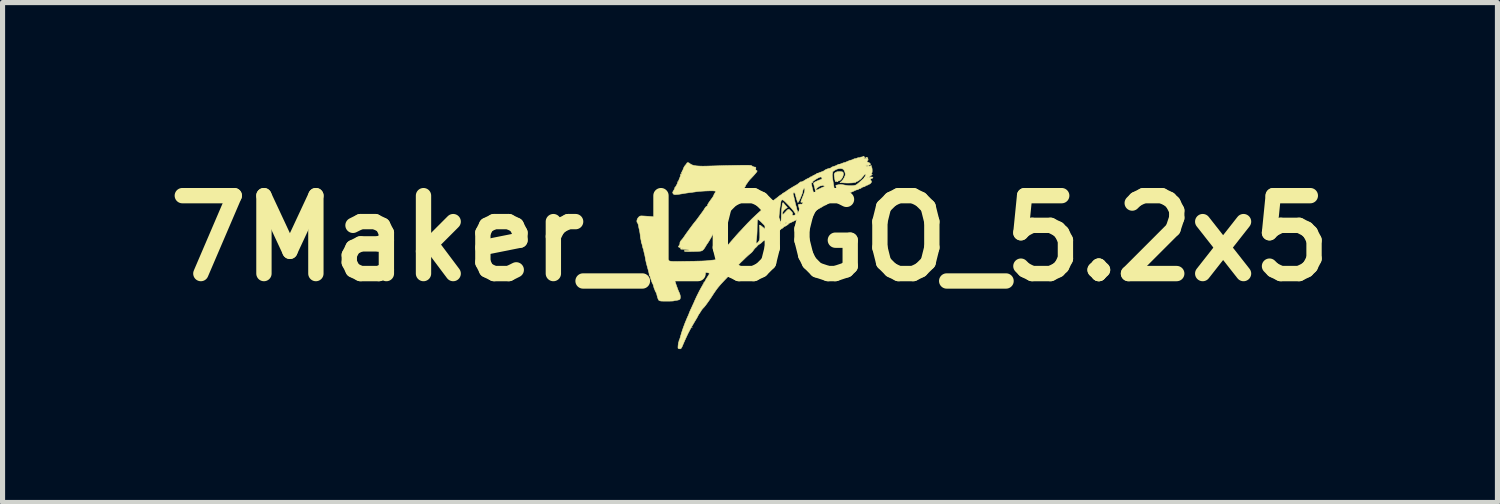
<source format=kicad_pcb>
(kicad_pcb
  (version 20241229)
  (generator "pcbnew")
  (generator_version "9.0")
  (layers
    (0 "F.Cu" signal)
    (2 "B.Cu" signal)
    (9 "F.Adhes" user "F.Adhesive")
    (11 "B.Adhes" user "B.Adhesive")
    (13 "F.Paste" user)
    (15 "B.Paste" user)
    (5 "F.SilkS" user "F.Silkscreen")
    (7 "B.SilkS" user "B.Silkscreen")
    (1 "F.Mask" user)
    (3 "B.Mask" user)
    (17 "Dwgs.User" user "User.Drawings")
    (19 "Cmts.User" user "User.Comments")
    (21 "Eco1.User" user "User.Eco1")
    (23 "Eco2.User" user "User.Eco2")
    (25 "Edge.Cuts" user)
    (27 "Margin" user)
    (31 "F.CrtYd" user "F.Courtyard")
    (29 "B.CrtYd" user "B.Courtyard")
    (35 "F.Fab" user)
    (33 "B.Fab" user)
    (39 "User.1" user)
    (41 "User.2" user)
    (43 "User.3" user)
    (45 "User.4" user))
  (footprint "7Maker_LOGO_5.2x5"
    (layer "F.Cu")
    (at 11.619 1.611)
    (property "Reference" "7Maker_LOGO_5.2x5" (at 0 0 0) (layer "F.SilkS") (effects (font (size 1.524 1.524) (thickness 0.3))))
    (attr through_hole)
    (fp_poly (pts (xy -1.417 -1.102) (xy -1.422 -1.098) (xy -1.426 -1.102) (xy -1.422 -1.106) (xy -1.417 -1.102)) (stroke (width 0.01) (type solid)) (fill yes) (layer "F.SilkS"))
    (fp_poly (pts (xy -1.131 1.749) (xy -1.135 1.753) (xy -1.139 1.749) (xy -1.135 1.745) (xy -1.131 1.749)) (stroke (width 0.01) (type solid)) (fill yes) (layer "F.SilkS"))
    (fp_poly (pts (xy -0.952 0.674) (xy -0.95 0.677) (xy -0.962 0.678) (xy -0.971 0.678) (xy -0.987 0.677) (xy -0.989 0.675) (xy -0.985 0.674) (xy -0.964 0.673) (xy -0.952 0.674)) (stroke (width 0.01) (type solid)) (fill yes) (layer "F.SilkS"))
    (fp_poly (pts (xy 1.781 -1.304) (xy 1.802 -1.3) (xy 1.814 -1.296) (xy 1.825 -1.277) (xy 1.826 -1.25) (xy 1.819 -1.219) (xy 1.805 -1.187) (xy 1.786 -1.158) (xy 1.764 -1.136) (xy 1.741 -1.124) (xy 1.731 -1.123) (xy 1.718 -1.12) (xy 1.717 -1.114) (xy 1.716 -1.107) (xy 1.713 -1.106) (xy 1.705 -1.113) (xy 1.704 -1.116) (xy 1.702 -1.122) (xy 1.694 -1.116) (xy 1.683 -1.107) (xy 1.673 -1.109) (xy 1.666 -1.123) (xy 1.659 -1.15) (xy 1.654 -1.182) (xy 1.648 -1.219) (xy 1.646 -1.243) (xy 1.647 -1.258) (xy 1.651 -1.266) (xy 1.653 -1.267) (xy 1.662 -1.28) (xy 1.663 -1.285) (xy 1.669 -1.29) (xy 1.677 -1.289) (xy 1.686 -1.288) (xy 1.686 -1.291) (xy 1.689 -1.297) (xy 1.705 -1.302) (xy 1.728 -1.304) (xy 1.755 -1.305) (xy 1.781 -1.304)) (stroke (width 0.01) (type solid)) (fill yes) (layer "F.SilkS"))
    (fp_poly (pts (xy -1.197 -1.476) (xy -1.185 -1.468) (xy -1.161 -1.45) (xy -1.131 -1.435) (xy -1.095 -1.424) (xy -1.05 -1.417) (xy -0.994 -1.413) (xy -0.926 -1.411) (xy -0.845 -1.412) (xy -0.828 -1.413) (xy -0.713 -1.416) (xy -0.612 -1.419) (xy -0.524 -1.422) (xy -0.447 -1.424) (xy -0.378 -1.425) (xy -0.317 -1.427) (xy -0.26 -1.427) (xy -0.207 -1.428) (xy -0.155 -1.429) (xy -0.147 -1.429) (xy -0.091 -1.429) (xy -0.048 -1.429) (xy -0.017 -1.428) (xy 0.005 -1.427) (xy 0.02 -1.424) (xy 0.031 -1.42) (xy 0.039 -1.415) (xy 0.044 -1.411) (xy 0.067 -1.399) (xy 0.091 -1.393) (xy 0.092 -1.393) (xy 0.108 -1.392) (xy 0.114 -1.385) (xy 0.113 -1.367) (xy 0.113 -1.363) (xy 0.112 -1.342) (xy 0.118 -1.332) (xy 0.124 -1.329) (xy 0.137 -1.321) (xy 0.139 -1.315) (xy 0.134 -1.304) (xy 0.12 -1.285) (xy 0.098 -1.259) (xy 0.073 -1.23) (xy 0.045 -1.2) (xy 0.018 -1.171) (xy 0.011 -1.164) (xy -0.012 -1.139) (xy -0.035 -1.11) (xy -0.04 -1.103) (xy -0.054 -1.081) (xy -0.067 -1.064) (xy -0.071 -1.059) (xy -0.081 -1.043) (xy -0.087 -1.03) (xy -0.093 -1.014) (xy -0.098 -1.008) (xy -0.105 -0.999) (xy -0.115 -0.979) (xy -0.127 -0.956) (xy -0.146 -0.922) (xy -0.171 -0.888) (xy -0.186 -0.871) (xy -0.21 -0.842) (xy -0.233 -0.807) (xy -0.247 -0.781) (xy -0.26 -0.755) (xy -0.272 -0.737) (xy -0.279 -0.729) (xy -0.279 -0.729) (xy -0.285 -0.722) (xy -0.287 -0.713) (xy -0.292 -0.694) (xy -0.297 -0.687) (xy -0.306 -0.675) (xy -0.321 -0.654) (xy -0.339 -0.626) (xy -0.344 -0.619) (xy -0.361 -0.592) (xy -0.376 -0.57) (xy -0.384 -0.558) (xy -0.385 -0.557) (xy -0.393 -0.549) (xy -0.407 -0.53) (xy -0.428 -0.503) (xy -0.452 -0.47) (xy -0.479 -0.435) (xy -0.505 -0.4) (xy -0.529 -0.367) (xy -0.55 -0.338) (xy -0.554 -0.332) (xy -0.572 -0.308) (xy -0.594 -0.278) (xy -0.615 -0.25) (xy -0.663 -0.183) (xy -0.705 -0.117) (xy -0.748 -0.042) (xy -0.749 -0.038) (xy -0.771 0.000139) (xy -0.794 0.04) (xy -0.816 0.075) (xy -0.822 0.085) (xy -0.844 0.116) (xy -0.865 0.15) (xy -0.879 0.174) (xy -0.903 0.21) (xy -0.926 0.234) (xy -0.95 0.246) (xy -0.961 0.249) (xy -0.983 0.252) (xy -1.016 0.254) (xy -1.056 0.256) (xy -1.101 0.257) (xy -1.146 0.258) (xy -1.19 0.259) (xy -1.228 0.258) (xy -1.257 0.257) (xy -1.275 0.255) (xy -1.278 0.254) (xy -1.286 0.245) (xy -1.279 0.239) (xy -1.255 0.236) (xy -1.227 0.236) (xy -1.2 0.236) (xy -1.188 0.235) (xy -1.189 0.232) (xy -1.196 0.228) (xy -1.217 0.223) (xy -1.249 0.218) (xy -1.287 0.214) (xy -1.325 0.213) (xy -1.338 0.213) (xy -1.354 0.211) (xy -1.358 0.204) (xy -1.356 0.197) (xy -1.355 0.191) (xy -1.325 0.191) (xy -1.323 0.196) (xy -1.319 0.197) (xy -1.312 0.194) (xy -1.314 0.191) (xy -1.323 0.19) (xy -1.325 0.191) (xy -1.355 0.191) (xy -1.354 0.184) (xy -1.357 0.182) (xy -1.371 0.181) (xy -1.387 0.175) (xy -1.399 0.168) (xy -1.401 0.164) (xy -1.396 0.154) (xy -1.385 0.138) (xy -1.384 0.136) (xy -1.373 0.118) (xy -1.371 0.103) (xy -1.372 0.102) (xy -1.371 0.084) (xy -1.362 0.062) (xy -1.347 0.041) (xy -1.339 0.033) (xy -1.328 0.02) (xy -1.311 -0.001) (xy -1.293 -0.027) (xy -1.292 -0.028) (xy -1.27 -0.06) (xy -1.243 -0.099) (xy -1.211 -0.143) (xy -1.179 -0.187) (xy -1.147 -0.23) (xy -1.118 -0.269) (xy -1.095 -0.299) (xy -1.082 -0.315) (xy -1.062 -0.339) (xy -1.045 -0.361) (xy -1.039 -0.369) (xy -1.028 -0.383) (xy -1.011 -0.407) (xy -0.988 -0.438) (xy -0.963 -0.473) (xy -0.958 -0.479) (xy -0.933 -0.513) (xy -0.912 -0.543) (xy -0.896 -0.567) (xy -0.888 -0.58) (xy -0.887 -0.582) (xy -0.877 -0.599) (xy -0.861 -0.617) (xy -0.846 -0.629) (xy -0.839 -0.631) (xy -0.832 -0.637) (xy -0.832 -0.642) (xy -0.831 -0.653) (xy -0.821 -0.674) (xy -0.802 -0.704) (xy -0.773 -0.745) (xy -0.747 -0.78) (xy -0.73 -0.804) (xy -0.718 -0.823) (xy -0.713 -0.833) (xy -0.713 -0.833) (xy -0.709 -0.846) (xy -0.699 -0.866) (xy -0.686 -0.888) (xy -0.675 -0.905) (xy -0.669 -0.911) (xy -0.666 -0.918) (xy -0.677 -0.923) (xy -0.7 -0.927) (xy -0.734 -0.929) (xy -0.776 -0.929) (xy -0.787 -0.929) (xy -0.871 -0.926) (xy -0.94 -0.922) (xy -0.992 -0.919) (xy -1.028 -0.915) (xy -1.045 -0.913) (xy -1.072 -0.908) (xy -1.094 -0.905) (xy -1.113 -0.903) (xy -1.123 -0.901) (xy -1.133 -0.9) (xy -1.152 -0.897) (xy -1.156 -0.897) (xy -1.175 -0.895) (xy -1.196 -0.892) (xy -1.223 -0.888) (xy -1.259 -0.883) (xy -1.305 -0.875) (xy -1.348 -0.868) (xy -1.4 -0.86) (xy -1.439 -0.856) (xy -1.466 -0.855) (xy -1.485 -0.858) (xy -1.497 -0.865) (xy -1.506 -0.876) (xy -1.506 -0.877) (xy -1.512 -0.89) (xy -1.512 -0.902) (xy -1.504 -0.918) (xy -1.492 -0.938) (xy -1.479 -0.962) (xy -1.471 -0.981) (xy -1.47 -0.99) (xy -1.471 -0.997) (xy -1.468 -0.996) (xy -1.461 -1.001) (xy -1.45 -1.018) (xy -1.435 -1.044) (xy -1.419 -1.077) (xy -1.403 -1.114) (xy -1.387 -1.152) (xy -1.373 -1.187) (xy -1.362 -1.217) (xy -1.357 -1.239) (xy -1.356 -1.248) (xy -1.358 -1.259) (xy -1.354 -1.255) (xy -1.353 -1.255) (xy -1.346 -1.249) (xy -1.341 -1.258) (xy -1.34 -1.261) (xy -1.338 -1.279) (xy -1.34 -1.288) (xy -1.341 -1.293) (xy -1.336 -1.29) (xy -1.328 -1.289) (xy -1.329 -1.301) (xy -1.329 -1.302) (xy -1.33 -1.313) (xy -1.327 -1.315) (xy -1.321 -1.32) (xy -1.313 -1.336) (xy -1.306 -1.357) (xy -1.292 -1.39) (xy -1.273 -1.42) (xy -1.264 -1.431) (xy -1.248 -1.449) (xy -1.239 -1.463) (xy -1.237 -1.467) (xy -1.231 -1.477) (xy -1.215 -1.48) (xy -1.197 -1.476)) (stroke (width 0.01) (type solid)) (fill yes) (layer "F.SilkS"))
    (fp_poly (pts (xy 2.231 -1.598) (xy 2.237 -1.589) (xy 2.242 -1.577) (xy 2.238 -1.576) (xy 2.227 -1.576) (xy 2.225 -1.574) (xy 2.227 -1.567) (xy 2.24 -1.562) (xy 2.257 -1.56) (xy 2.273 -1.561) (xy 2.281 -1.565) (xy 2.285 -1.572) (xy 2.276 -1.571) (xy 2.276 -1.571) (xy 2.264 -1.57) (xy 2.261 -1.573) (xy 2.268 -1.58) (xy 2.282 -1.581) (xy 2.297 -1.577) (xy 2.305 -1.57) (xy 2.304 -1.557) (xy 2.3 -1.554) (xy 2.295 -1.55) (xy 2.3 -1.549) (xy 2.309 -1.543) (xy 2.309 -1.531) (xy 2.3 -1.522) (xy 2.298 -1.521) (xy 2.287 -1.511) (xy 2.289 -1.499) (xy 2.303 -1.489) (xy 2.309 -1.487) (xy 2.331 -1.478) (xy 2.347 -1.465) (xy 2.355 -1.451) (xy 2.352 -1.44) (xy 2.338 -1.434) (xy 2.335 -1.434) (xy 2.322 -1.429) (xy 2.319 -1.422) (xy 2.322 -1.412) (xy 2.333 -1.41) (xy 2.355 -1.417) (xy 2.356 -1.418) (xy 2.371 -1.422) (xy 2.376 -1.418) (xy 2.374 -1.41) (xy 2.374 -1.396) (xy 2.378 -1.391) (xy 2.383 -1.382) (xy 2.387 -1.362) (xy 2.389 -1.336) (xy 2.389 -1.311) (xy 2.387 -1.291) (xy 2.384 -1.282) (xy 2.377 -1.272) (xy 2.376 -1.259) (xy 2.38 -1.25) (xy 2.386 -1.25) (xy 2.393 -1.254) (xy 2.39 -1.25) (xy 2.377 -1.238) (xy 2.352 -1.217) (xy 2.352 -1.216) (xy 2.333 -1.2) (xy 2.326 -1.192) (xy 2.332 -1.192) (xy 2.335 -1.193) (xy 2.359 -1.198) (xy 2.38 -1.2) (xy 2.399 -1.196) (xy 2.405 -1.187) (xy 2.398 -1.178) (xy 2.383 -1.173) (xy 2.364 -1.166) (xy 2.355 -1.153) (xy 2.358 -1.139) (xy 2.363 -1.134) (xy 2.374 -1.119) (xy 2.376 -1.109) (xy 2.37 -1.09) (xy 2.354 -1.072) (xy 2.335 -1.059) (xy 2.324 -1.057) (xy 2.313 -1.053) (xy 2.311 -1.049) (xy 2.304 -1.042) (xy 2.295 -1.041) (xy 2.278 -1.036) (xy 2.259 -1.024) (xy 2.241 -1.013) (xy 2.227 -1.008) (xy 2.227 -1.008) (xy 2.211 -1.005) (xy 2.192 -0.997) (xy 2.177 -0.988) (xy 2.171 -0.981) (xy 2.164 -0.976) (xy 2.156 -0.975) (xy 2.138 -0.97) (xy 2.126 -0.963) (xy 2.108 -0.953) (xy 2.096 -0.951) (xy 2.081 -0.947) (xy 2.058 -0.938) (xy 2.051 -0.935) (xy 2.022 -0.92) (xy 1.99 -0.907) (xy 1.987 -0.905) (xy 1.963 -0.895) (xy 1.944 -0.886) (xy 1.94 -0.884) (xy 1.924 -0.878) (xy 1.917 -0.877) (xy 1.904 -0.871) (xy 1.896 -0.864) (xy 1.883 -0.856) (xy 1.877 -0.856) (xy 1.868 -0.853) (xy 1.852 -0.843) (xy 1.848 -0.839) (xy 1.829 -0.826) (xy 1.812 -0.82) (xy 1.811 -0.819) (xy 1.793 -0.813) (xy 1.787 -0.808) (xy 1.773 -0.799) (xy 1.75 -0.792) (xy 1.744 -0.791) (xy 1.71 -0.778) (xy 1.687 -0.761) (xy 1.667 -0.746) (xy 1.648 -0.738) (xy 1.645 -0.737) (xy 1.626 -0.733) (xy 1.602 -0.723) (xy 1.598 -0.721) (xy 1.571 -0.707) (xy 1.546 -0.694) (xy 1.544 -0.693) (xy 1.523 -0.681) (xy 1.508 -0.668) (xy 1.508 -0.668) (xy 1.494 -0.658) (xy 1.486 -0.655) (xy 1.474 -0.651) (xy 1.453 -0.641) (xy 1.432 -0.63) (xy 1.403 -0.612) (xy 1.375 -0.596) (xy 1.36 -0.588) (xy 1.335 -0.574) (xy 1.312 -0.56) (xy 1.285 -0.544) (xy 1.264 -0.53) (xy 1.243 -0.517) (xy 1.228 -0.509) (xy 1.223 -0.508) (xy 1.213 -0.504) (xy 1.195 -0.493) (xy 1.175 -0.479) (xy 1.158 -0.466) (xy 1.149 -0.457) (xy 1.148 -0.457) (xy 1.139 -0.451) (xy 1.135 -0.451) (xy 1.122 -0.446) (xy 1.096 -0.433) (xy 1.058 -0.412) (xy 1.01 -0.383) (xy 1 -0.377) (xy 0.985 -0.369) (xy 0.963 -0.357) (xy 0.955 -0.352) (xy 0.922 -0.335) (xy 0.954 -0.364) (xy 0.973 -0.383) (xy 0.98 -0.395) (xy 0.977 -0.4) (xy 0.962 -0.395) (xy 0.953 -0.389) (xy 0.933 -0.377) (xy 0.905 -0.361) (xy 0.872 -0.344) (xy 0.838 -0.328) (xy 0.807 -0.313) (xy 0.782 -0.301) (xy 0.767 -0.295) (xy 0.764 -0.295) (xy 0.755 -0.289) (xy 0.754 -0.285) (xy 0.747 -0.275) (xy 0.73 -0.262) (xy 0.708 -0.248) (xy 0.685 -0.235) (xy 0.669 -0.229) (xy 0.658 -0.223) (xy 0.656 -0.218) (xy 0.65 -0.21) (xy 0.634 -0.198) (xy 0.628 -0.195) (xy 0.609 -0.184) (xy 0.599 -0.174) (xy 0.598 -0.172) (xy 0.591 -0.165) (xy 0.586 -0.164) (xy 0.573 -0.158) (xy 0.556 -0.144) (xy 0.552 -0.14) (xy 0.531 -0.121) (xy 0.507 -0.106) (xy 0.505 -0.105) (xy 0.48 -0.092) (xy 0.46 -0.076) (xy 0.441 -0.059) (xy 0.416 -0.04) (xy 0.409 -0.035) (xy 0.388 -0.023) (xy 0.375 -0.02) (xy 0.365 -0.024) (xy 0.363 -0.026) (xy 0.353 -0.032) (xy 0.353 -0.027) (xy 0.355 -0.023) (xy 0.355 -0.012) (xy 0.343 -0.01) (xy 0.343 -0.01) (xy 0.327 -0.008) (xy 0.322 -0.003) (xy 0.325 0.003) (xy 0.338 0.002) (xy 0.35 -0.000255) (xy 0.35 0.005) (xy 0.345 0.011) (xy 0.329 0.022) (xy 0.318 0.025) (xy 0.302 0.029) (xy 0.279 0.04) (xy 0.256 0.055) (xy 0.239 0.069) (xy 0.233 0.077) (xy 0.224 0.086) (xy 0.205 0.1) (xy 0.188 0.111) (xy 0.165 0.126) (xy 0.149 0.14) (xy 0.143 0.147) (xy 0.134 0.16) (xy 0.117 0.176) (xy 0.111 0.18) (xy 0.09 0.201) (xy 0.07 0.227) (xy 0.066 0.233) (xy 0.049 0.257) (xy 0.025 0.282) (xy 0.01 0.294) (xy -0.014 0.314) (xy -0.044 0.34) (xy -0.074 0.368) (xy -0.083 0.376) (xy -0.111 0.404) (xy -0.14 0.432) (xy -0.163 0.454) (xy -0.169 0.459) (xy -0.191 0.481) (xy -0.217 0.509) (xy -0.241 0.536) (xy -0.296 0.6) (xy -0.36 0.67) (xy -0.426 0.742) (xy -0.449 0.767) (xy -0.5 0.82) (xy -0.542 0.865) (xy -0.576 0.902) (xy -0.604 0.935) (xy -0.63 0.966) (xy -0.654 0.998) (xy -0.679 1.033) (xy -0.707 1.074) (xy -0.739 1.123) (xy -0.751 1.142) (xy -0.796 1.209) (xy -0.835 1.264) (xy -0.868 1.309) (xy -0.898 1.346) (xy -0.918 1.367) (xy -0.938 1.39) (xy -0.952 1.409) (xy -0.959 1.422) (xy -0.959 1.422) (xy -0.963 1.433) (xy -0.967 1.434) (xy -0.974 1.44) (xy -0.975 1.445) (xy -0.981 1.46) (xy -0.987 1.466) (xy -0.997 1.479) (xy -1.01 1.501) (xy -1.015 1.51) (xy -1.025 1.53) (xy -1.041 1.56) (xy -1.063 1.596) (xy -1.087 1.636) (xy -1.097 1.653) (xy -1.158 1.757) (xy -1.213 1.862) (xy -1.265 1.973) (xy -1.299 2.05) (xy -1.318 2.095) (xy -1.332 2.127) (xy -1.344 2.147) (xy -1.354 2.158) (xy -1.366 2.162) (xy -1.38 2.161) (xy -1.396 2.157) (xy -1.404 2.154) (xy -1.408 2.146) (xy -1.409 2.13) (xy -1.407 2.103) (xy -1.406 2.091) (xy -1.402 2.059) (xy -1.397 2.034) (xy -1.392 2.019) (xy -1.391 2.018) (xy -1.387 2.009) (xy -1.389 2.007) (xy -1.39 2.003) (xy -1.386 1.997) (xy -1.38 1.984) (xy -1.372 1.961) (xy -1.365 1.938) (xy -1.34 1.85) (xy -1.308 1.754) (xy -1.271 1.655) (xy -1.231 1.559) (xy -1.219 1.532) (xy -1.206 1.504) (xy -1.196 1.479) (xy -1.192 1.467) (xy -1.186 1.452) (xy -1.175 1.425) (xy -1.16 1.392) (xy -1.149 1.369) (xy -1.12 1.305) (xy -1.096 1.253) (xy -1.079 1.213) (xy -1.073 1.2) (xy -1.062 1.176) (xy -1.047 1.143) (xy -1.028 1.105) (xy -1.008 1.065) (xy -0.988 1.025) (xy -0.968 0.989) (xy -0.952 0.959) (xy -0.939 0.937) (xy -0.932 0.928) (xy -0.932 0.927) (xy -0.926 0.918) (xy -0.926 0.913) (xy -0.921 0.902) (xy -0.918 0.901) (xy -0.911 0.894) (xy -0.909 0.885) (xy -0.905 0.869) (xy -0.899 0.863) (xy -0.888 0.852) (xy -0.876 0.832) (xy -0.874 0.828) (xy -0.864 0.807) (xy -0.853 0.788) (xy -0.839 0.766) (xy -0.82 0.736) (xy -0.817 0.732) (xy -0.804 0.711) (xy -0.796 0.695) (xy -0.795 0.69) (xy -0.803 0.68) (xy -0.826 0.672) (xy -0.865 0.667) (xy -0.918 0.665) (xy -0.984 0.665) (xy -1.008 0.666) (xy -1.054 0.667) (xy -1.093 0.667) (xy -1.124 0.666) (xy -1.142 0.665) (xy -1.147 0.663) (xy -1.154 0.66) (xy -1.174 0.659) (xy -1.201 0.661) (xy -1.232 0.665) (xy -1.245 0.667) (xy -1.263 0.67) (xy -1.291 0.672) (xy -1.326 0.675) (xy -1.344 0.676) (xy -1.382 0.679) (xy -1.418 0.683) (xy -1.446 0.687) (xy -1.454 0.688) (xy -1.476 0.692) (xy -1.49 0.692) (xy -1.492 0.692) (xy -1.501 0.692) (xy -1.504 0.705) (xy -1.5 0.731) (xy -1.495 0.751) (xy -1.481 0.799) (xy -1.464 0.85) (xy -1.447 0.903) (xy -1.429 0.953) (xy -1.413 0.997) (xy -1.399 1.032) (xy -1.388 1.056) (xy -1.387 1.057) (xy -1.373 1.091) (xy -1.364 1.127) (xy -1.363 1.16) (xy -1.368 1.185) (xy -1.372 1.191) (xy -1.391 1.203) (xy -1.425 1.211) (xy -1.431 1.212) (xy -1.459 1.216) (xy -1.48 1.22) (xy -1.488 1.223) (xy -1.499 1.225) (xy -1.523 1.227) (xy -1.556 1.228) (xy -1.595 1.229) (xy -1.636 1.229) (xy -1.676 1.229) (xy -1.711 1.228) (xy -1.737 1.227) (xy -1.747 1.226) (xy -1.769 1.22) (xy -1.782 1.213) (xy -1.792 1.199) (xy -1.803 1.173) (xy -1.813 1.141) (xy -1.822 1.106) (xy -1.824 1.094) (xy -1.833 1.069) (xy -1.844 1.048) (xy -1.855 1.029) (xy -1.86 1.013) (xy -1.86 1.013) (xy -1.864 0.999) (xy -1.867 0.996) (xy -1.872 0.987) (xy -1.879 0.966) (xy -1.884 0.945) (xy -1.892 0.917) (xy -1.9 0.894) (xy -1.906 0.885) (xy -1.913 0.872) (xy -1.922 0.848) (xy -1.933 0.817) (xy -1.944 0.785) (xy -1.953 0.757) (xy -1.958 0.736) (xy -1.958 0.731) (xy -1.963 0.724) (xy -1.968 0.726) (xy -1.974 0.726) (xy -1.972 0.719) (xy -1.972 0.705) (xy -1.976 0.681) (xy -1.984 0.648) (xy -1.99 0.625) (xy -2.013 0.542) (xy -2.031 0.473) (xy -2.043 0.416) (xy -2.048 0.385) (xy -2.054 0.353) (xy -2.06 0.323) (xy -2.063 0.311) (xy -2.071 0.282) (xy -2.077 0.254) (xy -2.081 0.232) (xy -2.084 0.218) (xy -2.084 0.217) (xy -2.09 0.203) (xy -2.091 0.201) (xy -2.095 0.189) (xy -2.101 0.166) (xy -2.106 0.143) (xy -2.113 0.115) (xy -2.12 0.093) (xy -2.125 0.084) (xy -2.129 0.072) (xy -2.128 0.069) (xy -2.128 0.059) (xy -2.131 0.039) (xy -2.135 0.022) (xy -2.142 -0.01) (xy -2.146 -0.041) (xy -2.147 -0.053) (xy -2.149 -0.076) (xy -2.154 -0.109) (xy -2.161 -0.147) (xy -2.164 -0.16) (xy -2.172 -0.196) (xy -2.179 -0.23) (xy -2.184 -0.256) (xy -2.185 -0.262) (xy -2.191 -0.284) (xy -2.198 -0.298) (xy -2.199 -0.299) (xy -2.212 -0.319) (xy -2.213 -0.346) (xy -2.205 -0.376) (xy -2.187 -0.405) (xy -2.168 -0.424) (xy -2.16 -0.43) (xy -2.151 -0.434) (xy -2.139 -0.437) (xy -2.122 -0.438) (xy -2.097 -0.437) (xy -2.061 -0.435) (xy -2.013 -0.432) (xy -1.983 -0.43) (xy -1.908 -0.423) (xy -1.843 -0.414) (xy -1.79 -0.402) (xy -1.75 -0.388) (xy -1.725 -0.372) (xy -1.719 -0.365) (xy -1.717 -0.355) (xy -1.716 -0.33) (xy -1.716 -0.296) (xy -1.717 -0.254) (xy -1.718 -0.225) (xy -1.72 -0.162) (xy -1.719 -0.109) (xy -1.716 -0.062) (xy -1.711 -0.013) (xy -1.709 0.004) (xy -1.703 0.043) (xy -1.697 0.077) (xy -1.691 0.103) (xy -1.688 0.115) (xy -1.682 0.13) (xy -1.676 0.154) (xy -1.673 0.168) (xy -1.668 0.192) (xy -1.66 0.227) (xy -1.65 0.268) (xy -1.639 0.313) (xy -1.637 0.318) (xy -1.627 0.36) (xy -1.618 0.392) (xy -1.608 0.416) (xy -1.594 0.432) (xy -1.576 0.443) (xy -1.55 0.449) (xy -1.514 0.452) (xy -1.467 0.453) (xy -1.406 0.452) (xy -1.401 0.452) (xy -1.343 0.452) (xy -1.28 0.451) (xy -1.213 0.45) (xy -1.146 0.449) (xy -1.08 0.448) (xy -1.018 0.446) (xy -0.962 0.445) (xy -0.914 0.443) (xy -0.877 0.441) (xy -0.853 0.44) (xy -0.848 0.439) (xy -0.828 0.437) (xy -0.798 0.434) (xy -0.763 0.43) (xy -0.758 0.429) (xy -0.726 0.426) (xy -0.701 0.423) (xy -0.686 0.421) (xy -0.684 0.421) (xy -0.669 0.419) (xy -0.663 0.419) (xy -0.648 0.413) (xy -0.63 0.397) (xy -0.606 0.37) (xy -0.577 0.33) (xy -0.553 0.296) (xy -0.53 0.261) (xy -0.506 0.229) (xy -0.487 0.204) (xy -0.476 0.191) (xy -0.461 0.173) (xy -0.451 0.16) (xy -0.449 0.157) (xy -0.447 0.153) (xy -0.443 0.147) (xy -0.434 0.136) (xy -0.421 0.12) (xy -0.401 0.097) (xy -0.381 0.073) (xy 0.12 0.073) (xy 0.121 0.092) (xy 0.122 0.096) (xy 0.129 0.095) (xy 0.138 0.093) (xy 0.151 0.084) (xy 0.166 0.065) (xy 0.173 0.055) (xy 0.181 0.04) (xy 0.186 0.026) (xy 0.189 0.01) (xy 0.191 -0.013) (xy 0.191 -0.042) (xy 0.365 -0.042) (xy 0.375 -0.041) (xy 0.392 -0.046) (xy 0.399 -0.052) (xy 0.411 -0.064) (xy 0.425 -0.073) (xy 0.437 -0.082) (xy 0.44 -0.087) (xy 0.43 -0.087) (xy 0.411 -0.078) (xy 0.388 -0.064) (xy 0.378 -0.056) (xy 0.365 -0.046) (xy 0.365 -0.042) (xy 0.191 -0.042) (xy 0.191 -0.046) (xy 0.191 -0.09) (xy 0.191 -0.098) (xy 0.191 -0.106) (xy 0.426 -0.106) (xy 0.431 -0.099) (xy 0.447 -0.104) (xy 0.45 -0.106) (xy 0.458 -0.115) (xy 0.458 -0.119) (xy 0.447 -0.12) (xy 0.433 -0.115) (xy 0.426 -0.106) (xy 0.426 -0.106) (xy 0.191 -0.106) (xy 0.19 -0.13) (xy 0.467 -0.13) (xy 0.472 -0.126) (xy 0.48 -0.131) (xy 0.484 -0.136) (xy 0.504 -0.136) (xy 0.509 -0.131) (xy 0.515 -0.138) (xy 0.516 -0.149) (xy 0.514 -0.16) (xy 0.51 -0.161) (xy 0.504 -0.149) (xy 0.504 -0.136) (xy 0.484 -0.136) (xy 0.488 -0.141) (xy 0.488 -0.145) (xy 0.479 -0.146) (xy 0.47 -0.137) (xy 0.467 -0.13) (xy 0.19 -0.13) (xy 0.19 -0.142) (xy 0.189 -0.181) (xy 0.187 -0.212) (xy 0.186 -0.231) (xy 0.185 -0.234) (xy 0.184 -0.252) (xy 0.189 -0.259) (xy 0.202 -0.255) (xy 0.224 -0.239) (xy 0.256 -0.212) (xy 0.261 -0.208) (xy 0.289 -0.183) (xy 0.313 -0.164) (xy 0.331 -0.153) (xy 0.339 -0.15) (xy 0.344 -0.159) (xy 0.347 -0.173) (xy 0.533 -0.173) (xy 0.539 -0.164) (xy 0.541 -0.164) (xy 0.549 -0.167) (xy 0.549 -0.167) (xy 0.543 -0.174) (xy 0.541 -0.176) (xy 0.533 -0.176) (xy 0.533 -0.173) (xy 0.347 -0.173) (xy 0.348 -0.18) (xy 0.349 -0.193) (xy 0.351 -0.233) (xy 0.353 -0.266) (xy 0.647 -0.266) (xy 0.651 -0.262) (xy 0.655 -0.266) (xy 0.651 -0.27) (xy 0.647 -0.266) (xy 0.353 -0.266) (xy 0.355 -0.287) (xy 0.361 -0.357) (xy 0.366 -0.399) (xy 0.37 -0.427) (xy 0.378 -0.44) (xy 0.389 -0.438) (xy 0.406 -0.423) (xy 0.426 -0.397) (xy 0.451 -0.366) (xy 0.481 -0.332) (xy 0.5 -0.312) (xy 0.522 -0.291) (xy 0.537 -0.279) (xy 0.549 -0.276) (xy 0.562 -0.279) (xy 0.566 -0.28) (xy 0.585 -0.289) (xy 0.591 -0.293) (xy 0.688 -0.293) (xy 0.693 -0.288) (xy 0.703 -0.291) (xy 0.711 -0.301) (xy 0.711 -0.302) (xy 0.708 -0.308) (xy 0.701 -0.306) (xy 0.69 -0.298) (xy 0.688 -0.293) (xy 0.591 -0.293) (xy 0.595 -0.297) (xy 0.593 -0.302) (xy 0.586 -0.303) (xy 0.577 -0.307) (xy 0.578 -0.311) (xy 0.577 -0.319) (xy 0.573 -0.32) (xy 0.563 -0.325) (xy 0.545 -0.341) (xy 0.523 -0.363) (xy 0.498 -0.388) (xy 0.494 -0.393) (xy 0.565 -0.393) (xy 0.568 -0.362) (xy 0.575 -0.339) (xy 0.585 -0.328) (xy 0.596 -0.33) (xy 0.603 -0.338) (xy 0.606 -0.35) (xy 0.609 -0.374) (xy 0.611 -0.407) (xy 0.612 -0.434) (xy 0.613 -0.474) (xy 0.615 -0.512) (xy 0.617 -0.541) (xy 0.618 -0.553) (xy 0.621 -0.579) (xy 0.625 -0.613) (xy 0.628 -0.641) (xy 0.632 -0.674) (xy 0.638 -0.692) (xy 0.644 -0.696) (xy 0.655 -0.693) (xy 0.656 -0.69) (xy 0.661 -0.682) (xy 0.675 -0.665) (xy 0.693 -0.644) (xy 0.731 -0.603) (xy 0.708 -0.587) (xy 0.67 -0.556) (xy 0.645 -0.525) (xy 0.634 -0.497) (xy 0.634 -0.493) (xy 0.636 -0.475) (xy 0.642 -0.467) (xy 0.642 -0.467) (xy 0.652 -0.473) (xy 0.668 -0.488) (xy 0.689 -0.51) (xy 0.691 -0.512) (xy 0.718 -0.542) (xy 0.737 -0.56) (xy 0.753 -0.567) (xy 0.766 -0.564) (xy 0.781 -0.552) (xy 0.788 -0.545) (xy 0.813 -0.519) (xy 0.827 -0.502) (xy 0.833 -0.491) (xy 0.831 -0.485) (xy 0.83 -0.485) (xy 0.823 -0.472) (xy 0.829 -0.457) (xy 0.835 -0.451) (xy 0.854 -0.448) (xy 0.876 -0.455) (xy 0.885 -0.463) (xy 0.887 -0.478) (xy 0.876 -0.502) (xy 0.853 -0.535) (xy 0.819 -0.577) (xy 0.774 -0.627) (xy 0.741 -0.661) (xy 0.705 -0.698) (xy 0.678 -0.724) (xy 0.658 -0.741) (xy 0.644 -0.75) (xy 0.633 -0.753) (xy 0.63 -0.752) (xy 0.619 -0.749) (xy 0.611 -0.74) (xy 0.605 -0.721) (xy 0.6 -0.696) (xy 0.593 -0.655) (xy 0.586 -0.605) (xy 0.579 -0.552) (xy 0.573 -0.499) (xy 0.569 -0.451) (xy 0.566 -0.412) (xy 0.565 -0.393) (xy 0.494 -0.393) (xy 0.476 -0.414) (xy 0.46 -0.434) (xy 0.436 -0.463) (xy 0.41 -0.489) (xy 0.385 -0.511) (xy 0.363 -0.525) (xy 0.347 -0.53) (xy 0.344 -0.529) (xy 0.341 -0.526) (xy 0.339 -0.522) (xy 0.336 -0.514) (xy 0.334 -0.499) (xy 0.33 -0.477) (xy 0.325 -0.443) (xy 0.319 -0.398) (xy 0.314 -0.358) (xy 0.309 -0.318) (xy 0.304 -0.284) (xy 0.299 -0.259) (xy 0.296 -0.247) (xy 0.295 -0.246) (xy 0.288 -0.251) (xy 0.272 -0.266) (xy 0.25 -0.287) (xy 0.238 -0.3) (xy 0.204 -0.333) (xy 0.18 -0.354) (xy 0.162 -0.365) (xy 0.151 -0.366) (xy 0.147 -0.363) (xy 0.145 -0.353) (xy 0.143 -0.33) (xy 0.141 -0.295) (xy 0.14 -0.251) (xy 0.139 -0.202) (xy 0.139 -0.198) (xy 0.138 -0.145) (xy 0.136 -0.094) (xy 0.133 -0.048) (xy 0.13 -0.013) (xy 0.127 0.009) (xy 0.122 0.044) (xy 0.12 0.073) (xy -0.381 0.073) (xy -0.374 0.066) (xy -0.339 0.025) (xy -0.303 -0.016) (xy -0.274 -0.05) (xy -0.248 -0.079) (xy -0.227 -0.102) (xy -0.214 -0.117) (xy -0.211 -0.12) (xy -0.202 -0.129) (xy -0.184 -0.148) (xy -0.16 -0.173) (xy -0.135 -0.201) (xy -0.05 -0.292) (xy 0.039 -0.382) (xy 0.13 -0.468) (xy 0.219 -0.549) (xy 0.303 -0.62) (xy 0.356 -0.662) (xy 0.418 -0.709) (xy 0.467 -0.746) (xy 0.506 -0.776) (xy 0.535 -0.798) (xy 0.556 -0.815) (xy 0.569 -0.826) (xy 0.576 -0.831) (xy 0.595 -0.845) (xy 0.611 -0.854) (xy 0.626 -0.862) (xy 0.629 -0.867) (xy 0.842 -0.867) (xy 0.844 -0.857) (xy 0.849 -0.842) (xy 0.856 -0.816) (xy 0.864 -0.781) (xy 0.872 -0.742) (xy 0.882 -0.7) (xy 0.891 -0.662) (xy 0.9 -0.631) (xy 0.906 -0.612) (xy 0.912 -0.593) (xy 0.914 -0.583) (xy 0.914 -0.582) (xy 0.914 -0.575) (xy 0.919 -0.558) (xy 0.922 -0.55) (xy 0.93 -0.529) (xy 0.933 -0.514) (xy 0.933 -0.511) (xy 0.933 -0.491) (xy 0.941 -0.484) (xy 0.954 -0.491) (xy 0.964 -0.504) (xy 0.971 -0.517) (xy 0.973 -0.529) (xy 0.971 -0.547) (xy 0.964 -0.575) (xy 0.964 -0.576) (xy 0.953 -0.619) (xy 0.946 -0.647) (xy 0.945 -0.66) (xy 0.948 -0.661) (xy 0.958 -0.661) (xy 0.964 -0.664) (xy 0.978 -0.669) (xy 1.005 -0.668) (xy 1.034 -0.665) (xy 1.079 -0.66) (xy 1.111 -0.658) (xy 1.13 -0.659) (xy 1.138 -0.663) (xy 1.139 -0.667) (xy 1.142 -0.669) (xy 1.147 -0.664) (xy 1.151 -0.65) (xy 1.15 -0.646) (xy 1.154 -0.644) (xy 1.168 -0.647) (xy 1.168 -0.647) (xy 1.187 -0.658) (xy 1.21 -0.676) (xy 1.234 -0.698) (xy 1.255 -0.72) (xy 1.269 -0.739) (xy 1.273 -0.748) (xy 1.277 -0.759) (xy 1.286 -0.761) (xy 1.3 -0.756) (xy 1.316 -0.755) (xy 1.342 -0.759) (xy 1.373 -0.766) (xy 1.405 -0.776) (xy 1.431 -0.786) (xy 1.441 -0.79) (xy 1.461 -0.801) (xy 1.488 -0.815) (xy 1.502 -0.822) (xy 1.529 -0.84) (xy 1.554 -0.862) (xy 1.573 -0.884) (xy 1.581 -0.904) (xy 1.581 -0.906) (xy 1.575 -0.913) (xy 1.56 -0.91) (xy 1.54 -0.901) (xy 1.52 -0.886) (xy 1.49 -0.866) (xy 1.45 -0.846) (xy 1.407 -0.828) (xy 1.365 -0.816) (xy 1.352 -0.813) (xy 1.329 -0.809) (xy 1.314 -0.806) (xy 1.311 -0.806) (xy 1.309 -0.815) (xy 1.304 -0.837) (xy 1.296 -0.868) (xy 1.286 -0.906) (xy 1.276 -0.946) (xy 1.273 -0.955) (xy 1.29 -0.955) (xy 1.29 -0.951) (xy 1.294 -0.945) (xy 1.301 -0.944) (xy 1.312 -0.946) (xy 1.33 -0.954) (xy 1.359 -0.969) (xy 1.372 -0.975) (xy 1.402 -0.99) (xy 1.427 -1.001) (xy 1.444 -1.007) (xy 1.447 -1.008) (xy 1.458 -1.012) (xy 1.456 -1.02) (xy 1.443 -1.03) (xy 1.437 -1.033) (xy 1.415 -1.037) (xy 1.405 -1.032) (xy 1.392 -1.026) (xy 1.386 -1.027) (xy 1.375 -1.026) (xy 1.356 -1.017) (xy 1.334 -1.002) (xy 1.313 -0.985) (xy 1.297 -0.968) (xy 1.29 -0.955) (xy 1.273 -0.955) (xy 1.266 -0.985) (xy 1.256 -1.021) (xy 1.249 -1.05) (xy 1.243 -1.068) (xy 1.242 -1.074) (xy 1.243 -1.082) (xy 1.255 -1.092) (xy 1.279 -1.106) (xy 1.302 -1.117) (xy 1.333 -1.13) (xy 1.359 -1.141) (xy 1.375 -1.147) (xy 1.379 -1.147) (xy 1.395 -1.154) (xy 1.407 -1.169) (xy 1.409 -1.177) (xy 1.403 -1.189) (xy 1.393 -1.196) (xy 1.381 -1.2) (xy 1.367 -1.197) (xy 1.344 -1.187) (xy 1.321 -1.175) (xy 1.292 -1.158) (xy 1.268 -1.142) (xy 1.252 -1.131) (xy 1.251 -1.13) (xy 1.237 -1.118) (xy 1.229 -1.114) (xy 1.225 -1.108) (xy 1.226 -1.102) (xy 1.225 -1.092) (xy 1.218 -1.09) (xy 1.204 -1.086) (xy 1.201 -1.082) (xy 1.2 -1.07) (xy 1.204 -1.045) (xy 1.212 -1.008) (xy 1.223 -0.962) (xy 1.237 -0.909) (xy 1.251 -0.859) (xy 1.261 -0.822) (xy 1.267 -0.796) (xy 1.269 -0.779) (xy 1.268 -0.769) (xy 1.263 -0.762) (xy 1.259 -0.759) (xy 1.244 -0.748) (xy 1.222 -0.732) (xy 1.21 -0.722) (xy 1.176 -0.694) (xy 1.087 -0.699) (xy 1.051 -0.701) (xy 1.021 -0.703) (xy 1 -0.706) (xy 0.994 -0.708) (xy 0.995 -0.717) (xy 1.001 -0.738) (xy 1.012 -0.767) (xy 1.023 -0.793) (xy 1.046 -0.85) (xy 1.061 -0.895) (xy 1.069 -0.929) (xy 1.071 -0.955) (xy 1.069 -0.966) (xy 1.064 -0.987) (xy 1.048 -0.968) (xy 1.037 -0.947) (xy 1.032 -0.929) (xy 1.029 -0.911) (xy 1.022 -0.883) (xy 1.01 -0.85) (xy 0.996 -0.815) (xy 0.981 -0.779) (xy 0.966 -0.747) (xy 0.953 -0.722) (xy 0.942 -0.705) (xy 0.935 -0.701) (xy 0.935 -0.701) (xy 0.929 -0.713) (xy 0.921 -0.736) (xy 0.911 -0.766) (xy 0.902 -0.799) (xy 0.893 -0.832) (xy 0.889 -0.852) (xy 0.88 -0.877) (xy 0.868 -0.892) (xy 0.855 -0.893) (xy 0.847 -0.886) (xy 0.842 -0.867) (xy 0.629 -0.867) (xy 0.631 -0.868) (xy 0.637 -0.875) (xy 0.654 -0.886) (xy 0.666 -0.893) (xy 0.687 -0.905) (xy 0.701 -0.915) (xy 0.705 -0.918) (xy 0.714 -0.925) (xy 0.733 -0.938) (xy 0.76 -0.956) (xy 0.79 -0.975) (xy 0.821 -0.994) (xy 0.849 -1.011) (xy 0.862 -1.018) (xy 0.888 -1.033) (xy 0.911 -1.046) (xy 0.918 -1.05) (xy 0.937 -1.063) (xy 0.959 -1.081) (xy 0.965 -1.085) (xy 0.981 -1.099) (xy 0.99 -1.105) (xy 0.991 -1.104) (xy 0.998 -1.102) (xy 1.014 -1.106) (xy 1.035 -1.115) (xy 1.057 -1.127) (xy 1.069 -1.135) (xy 1.091 -1.149) (xy 1.12 -1.165) (xy 1.137 -1.172) (xy 1.16 -1.184) (xy 1.176 -1.193) (xy 1.18 -1.198) (xy 1.187 -1.203) (xy 1.196 -1.204) (xy 1.21 -1.207) (xy 1.213 -1.211) (xy 1.22 -1.218) (xy 1.233 -1.226) (xy 1.609 -1.226) (xy 1.613 -1.181) (xy 1.618 -1.147) (xy 1.621 -1.129) (xy 1.626 -1.1) (xy 1.63 -1.069) (xy 1.636 -1.037) (xy 1.643 -0.997) (xy 1.651 -0.956) (xy 1.659 -0.918) (xy 1.666 -0.889) (xy 1.668 -0.879) (xy 1.677 -0.87) (xy 1.692 -0.87) (xy 1.705 -0.877) (xy 1.707 -0.88) (xy 1.709 -0.897) (xy 1.707 -0.922) (xy 1.702 -0.946) (xy 1.696 -0.962) (xy 1.696 -0.963) (xy 1.691 -0.976) (xy 1.685 -0.997) (xy 1.684 -1.004) (xy 1.679 -1.037) (xy 1.725 -1.047) (xy 1.75 -1.051) (xy 1.773 -1.052) (xy 1.8 -1.05) (xy 1.836 -1.044) (xy 1.852 -1.041) (xy 1.912 -1.031) (xy 1.969 -1.028) (xy 2.019 -1.03) (xy 2.058 -1.038) (xy 2.069 -1.042) (xy 2.087 -1.053) (xy 2.112 -1.072) (xy 2.138 -1.094) (xy 2.139 -1.095) (xy 2.165 -1.119) (xy 2.19 -1.141) (xy 2.208 -1.157) (xy 2.227 -1.176) (xy 2.233 -1.185) (xy 2.297 -1.185) (xy 2.298 -1.18) (xy 2.302 -1.18) (xy 2.309 -1.183) (xy 2.308 -1.185) (xy 2.298 -1.186) (xy 2.297 -1.185) (xy 2.233 -1.185) (xy 2.244 -1.2) (xy 2.257 -1.224) (xy 2.264 -1.244) (xy 2.262 -1.256) (xy 2.262 -1.256) (xy 2.252 -1.256) (xy 2.238 -1.244) (xy 2.205 -1.205) (xy 2.182 -1.178) (xy 2.166 -1.161) (xy 2.158 -1.153) (xy 2.155 -1.152) (xy 2.155 -1.152) (xy 2.15 -1.152) (xy 2.139 -1.141) (xy 2.139 -1.141) (xy 2.12 -1.126) (xy 2.096 -1.114) (xy 2.094 -1.113) (xy 2.075 -1.105) (xy 2.065 -1.097) (xy 2.065 -1.096) (xy 2.059 -1.091) (xy 2.055 -1.092) (xy 2.04 -1.092) (xy 2.02 -1.088) (xy 2.001 -1.085) (xy 1.97 -1.083) (xy 1.933 -1.082) (xy 1.893 -1.082) (xy 1.856 -1.083) (xy 1.835 -1.085) (xy 1.812 -1.087) (xy 1.787 -1.089) (xy 1.759 -1.09) (xy 1.79 -1.116) (xy 1.818 -1.147) (xy 1.843 -1.187) (xy 1.86 -1.229) (xy 1.863 -1.238) (xy 1.863 -1.262) (xy 1.856 -1.293) (xy 1.844 -1.323) (xy 1.83 -1.345) (xy 1.806 -1.36) (xy 1.772 -1.366) (xy 1.731 -1.362) (xy 1.722 -1.36) (xy 1.698 -1.352) (xy 1.672 -1.34) (xy 1.647 -1.325) (xy 1.627 -1.311) (xy 1.615 -1.299) (xy 1.614 -1.291) (xy 1.614 -1.29) (xy 1.619 -1.282) (xy 1.614 -1.274) (xy 1.609 -1.257) (xy 1.609 -1.226) (xy 1.233 -1.226) (xy 1.238 -1.228) (xy 1.258 -1.238) (xy 1.282 -1.249) (xy 1.298 -1.259) (xy 1.303 -1.264) (xy 1.31 -1.269) (xy 1.318 -1.27) (xy 1.334 -1.274) (xy 1.34 -1.277) (xy 1.352 -1.283) (xy 1.374 -1.291) (xy 1.394 -1.298) (xy 1.421 -1.308) (xy 1.443 -1.318) (xy 1.451 -1.324) (xy 1.467 -1.336) (xy 1.492 -1.349) (xy 1.519 -1.359) (xy 1.536 -1.364) (xy 1.563 -1.37) (xy 1.582 -1.378) (xy 1.59 -1.385) (xy 1.59 -1.385) (xy 1.597 -1.391) (xy 1.615 -1.399) (xy 1.637 -1.406) (xy 1.664 -1.415) (xy 1.687 -1.424) (xy 1.696 -1.43) (xy 1.704 -1.434) (xy 2.265 -1.434) (xy 2.267 -1.427) (xy 2.273 -1.426) (xy 2.282 -1.42) (xy 2.281 -1.413) (xy 2.281 -1.405) (xy 2.289 -1.406) (xy 2.301 -1.413) (xy 2.302 -1.416) (xy 2.296 -1.426) (xy 2.283 -1.433) (xy 2.27 -1.436) (xy 2.265 -1.434) (xy 1.704 -1.434) (xy 1.713 -1.438) (xy 1.721 -1.44) (xy 1.734 -1.443) (xy 1.758 -1.45) (xy 1.786 -1.461) (xy 1.787 -1.461) (xy 1.815 -1.472) (xy 1.838 -1.48) (xy 1.851 -1.483) (xy 1.851 -1.483) (xy 1.863 -1.486) (xy 1.885 -1.495) (xy 1.904 -1.503) (xy 1.934 -1.516) (xy 1.962 -1.526) (xy 1.975 -1.529) (xy 2 -1.536) (xy 2.019 -1.546) (xy 2.019 -1.546) (xy 2.039 -1.555) (xy 2.052 -1.557) (xy 2.072 -1.561) (xy 2.091 -1.568) (xy 2.112 -1.576) (xy 2.129 -1.576) (xy 2.144 -1.576) (xy 2.15 -1.581) (xy 2.162 -1.587) (xy 2.179 -1.59) (xy 2.198 -1.592) (xy 2.208 -1.598) (xy 2.219 -1.606) (xy 2.231 -1.598)) (stroke (width 0.01) (type solid)) (fill yes) (layer "F.SilkS")))
  (gr_rect
    (start -3 -3)
    (end 26.237 6.778)
    (stroke (width 0.1) (type default))
    (fill no)
    (layer "Edge.Cuts")))
</source>
